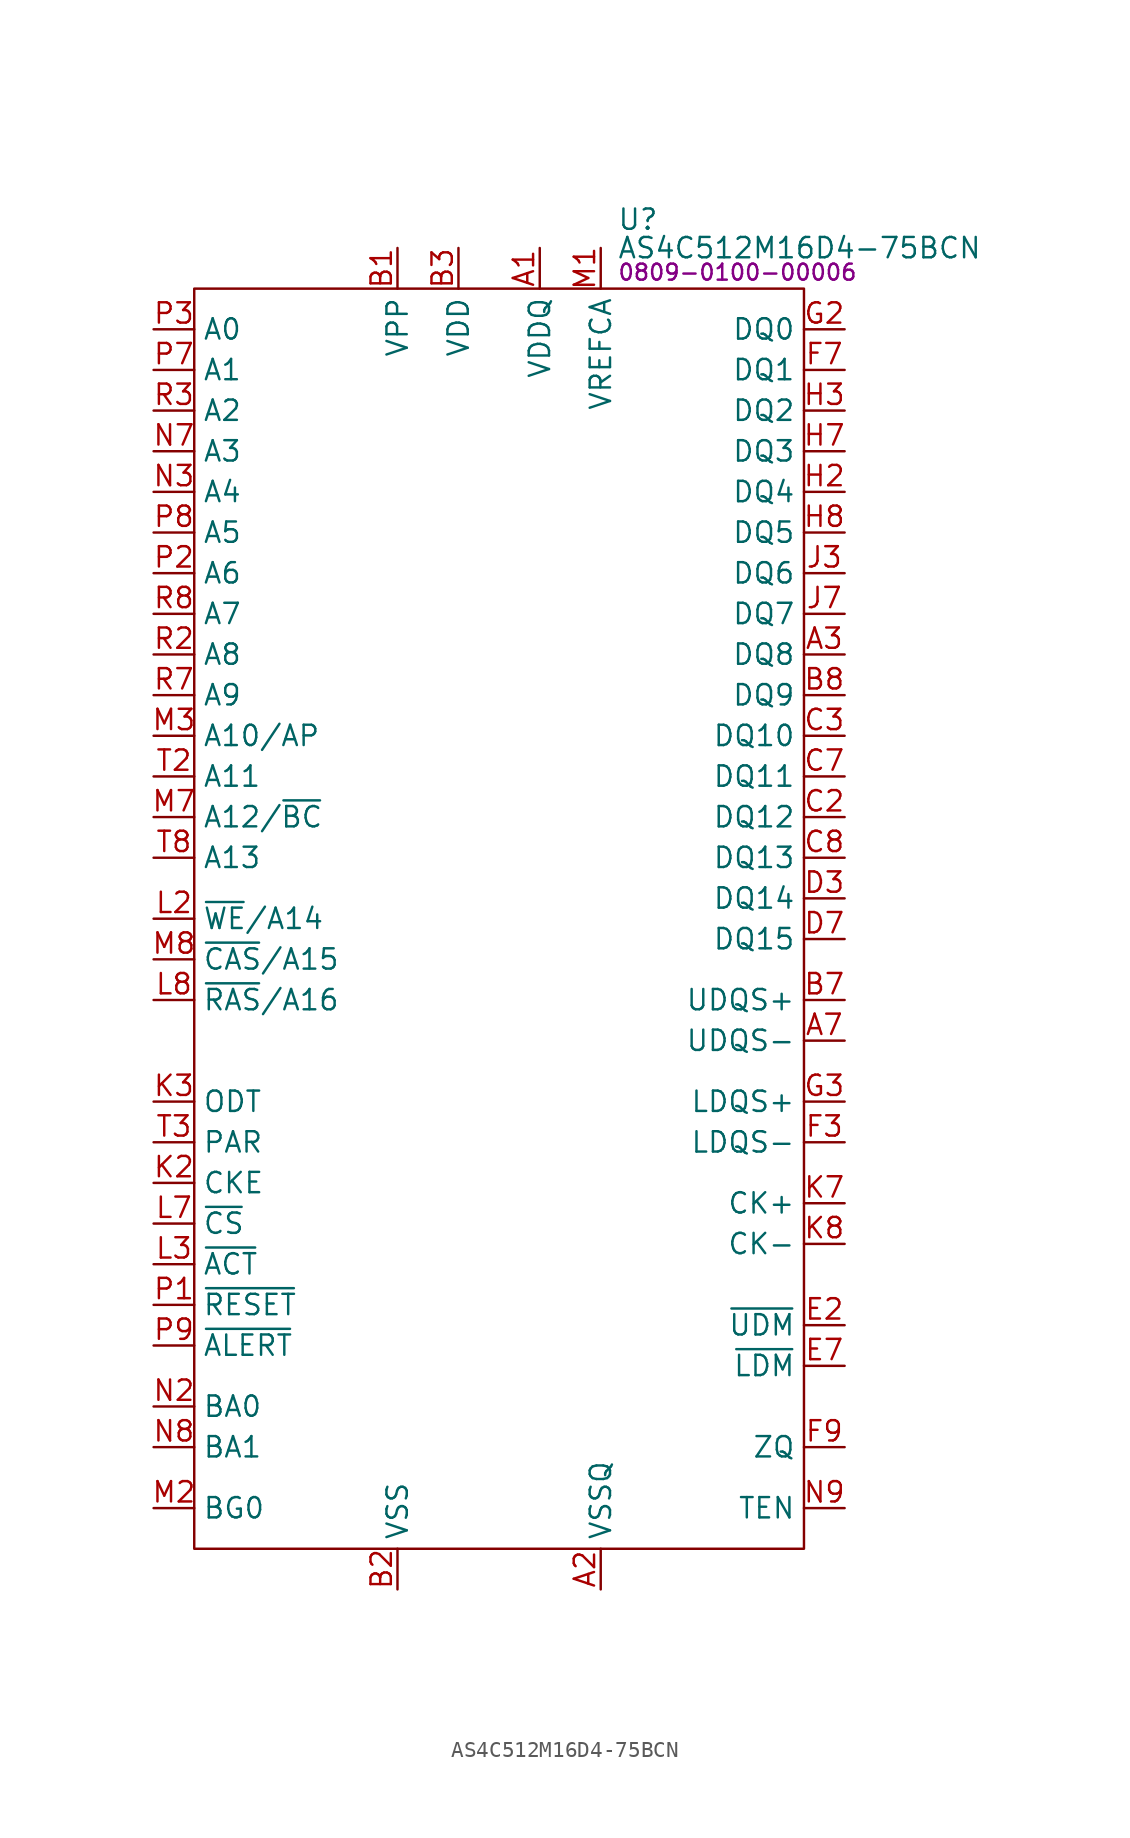
<source format=kicad_sym>
(kicad_symbol_lib
  (version 20231120)
  (generator "kicad_symbol_editor")
  (generator_version "8.0")
  (symbol "AS4C512M16D4-75BCN"
    (property "Reference" "U"
      (at 26.416 4.318 0)
      (effects (font (size 1.27 1.27)) (justify left)))
    (property "Value" "AS4C512M16D4-75BCN"
      (at 26.416 2.54 0)
      (effects (font (size 1.27 1.27)) (justify left)))
    (property "PartNumber" "0809-0100-00006"
      (at 26.416 1.016 0)
      (effects (font (size 1 1)) (justify left)))
    (symbol "AS4C512M16D4-75BCN_0_0"
      (pin unspecified line (at 21.59 2.54 270) (length 2.54) (name "VDDQ" (effects (font (size 1.27 1.27)))) (number "A1" (effects (font (size 1.27 1.27)))))
      (pin unspecified line (at 25.4 -81.28 90) (length 2.54) (name "VSSQ" (effects (font (size 1.27 1.27)))) (number "A2" (effects (font (size 1.27 1.27)))))
      (pin unspecified line (at 40.64 -22.86 180) (length 2.54) (name "DQ8" (effects (font (size 1.27 1.27)))) (number "A3" (effects (font (size 1.27 1.27)))))
      (pin unspecified line (at 40.64 -46.99 180) (length 2.54) (name "UDQS-" (effects (font (size 1.27 1.27)))) (number "A7" (effects (font (size 1.27 1.27)))))
      (pin unspecified line (at 25.4 -81.28 90) (length 2.54) hide (name "VSSQ" (effects (font (size 1.27 1.27)))) (number "A8" (effects (font (size 1.27 1.27)))))
      (pin unspecified line (at 21.59 2.54 270) (length 2.54) hide (name "VDDQ" (effects (font (size 1.27 1.27)))) (number "A9" (effects (font (size 1.27 1.27)))))
      (pin unspecified line (at 12.7 2.54 270) (length 2.54) (name "VPP" (effects (font (size 1.27 1.27)))) (number "B1" (effects (font (size 1.27 1.27)))))
      (pin unspecified line (at 12.7 -81.28 90) (length 2.54) (name "VSS" (effects (font (size 1.27 1.27)))) (number "B2" (effects (font (size 1.27 1.27)))))
      (pin unspecified line (at 16.51 2.54 270) (length 2.54) (name "VDD" (effects (font (size 1.27 1.27)))) (number "B3" (effects (font (size 1.27 1.27)))))
      (pin unspecified line (at 40.64 -44.45 180) (length 2.54) (name "UDQS+" (effects (font (size 1.27 1.27)))) (number "B7" (effects (font (size 1.27 1.27)))))
      (pin unspecified line (at 40.64 -25.4 180) (length 2.54) (name "DQ9" (effects (font (size 1.27 1.27)))) (number "B8" (effects (font (size 1.27 1.27)))))
      (pin unspecified line (at 16.51 2.54 270) (length 2.54) hide (name "VDD" (effects (font (size 1.27 1.27)))) (number "B9" (effects (font (size 1.27 1.27)))))
      (pin unspecified line (at 21.59 2.54 270) (length 2.54) hide (name "VDDQ" (effects (font (size 1.27 1.27)))) (number "C1" (effects (font (size 1.27 1.27)))))
      (pin unspecified line (at 40.64 -33.02 180) (length 2.54) (name "DQ12" (effects (font (size 1.27 1.27)))) (number "C2" (effects (font (size 1.27 1.27)))))
      (pin unspecified line (at 40.64 -27.94 180) (length 2.54) (name "DQ10" (effects (font (size 1.27 1.27)))) (number "C3" (effects (font (size 1.27 1.27)))))
      (pin unspecified line (at 40.64 -30.48 180) (length 2.54) (name "DQ11" (effects (font (size 1.27 1.27)))) (number "C7" (effects (font (size 1.27 1.27)))))
      (pin unspecified line (at 40.64 -35.56 180) (length 2.54) (name "DQ13" (effects (font (size 1.27 1.27)))) (number "C8" (effects (font (size 1.27 1.27)))))
      (pin unspecified line (at 25.4 -81.28 90) (length 2.54) hide (name "VSSQ" (effects (font (size 1.27 1.27)))) (number "C9" (effects (font (size 1.27 1.27)))))
      (pin unspecified line (at 16.51 2.54 270) (length 2.54) hide (name "VDD" (effects (font (size 1.27 1.27)))) (number "D1" (effects (font (size 1.27 1.27)))))
      (pin unspecified line (at 25.4 -81.28 90) (length 2.54) hide (name "VSSQ" (effects (font (size 1.27 1.27)))) (number "D2" (effects (font (size 1.27 1.27)))))
      (pin unspecified line (at 40.64 -38.1 180) (length 2.54) (name "DQ14" (effects (font (size 1.27 1.27)))) (number "D3" (effects (font (size 1.27 1.27)))))
      (pin unspecified line (at 40.64 -40.64 180) (length 2.54) (name "DQ15" (effects (font (size 1.27 1.27)))) (number "D7" (effects (font (size 1.27 1.27)))))
      (pin unspecified line (at 25.4 -81.28 90) (length 2.54) hide (name "VSSQ" (effects (font (size 1.27 1.27)))) (number "D8" (effects (font (size 1.27 1.27)))))
      (pin unspecified line (at 21.59 2.54 270) (length 2.54) hide (name "VDDQ" (effects (font (size 1.27 1.27)))) (number "D9" (effects (font (size 1.27 1.27)))))
      (pin unspecified line (at 12.7 -81.28 90) (length 2.54) hide (name "VSS" (effects (font (size 1.27 1.27)))) (number "E1" (effects (font (size 1.27 1.27)))))
      (pin unspecified line (at 40.64 -64.77 180) (length 2.54) (name "~{UDM}" (effects (font (size 1.27 1.27)))) (number "E2" (effects (font (size 1.27 1.27)))) (alternate "NF" unspecified line) (alternate "~{UDBI}" unspecified line))
      (pin unspecified line (at 25.4 -81.28 90) (length 2.54) hide (name "VSSQ" (effects (font (size 1.27 1.27)))) (number "E3" (effects (font (size 1.27 1.27)))))
      (pin unspecified line (at 40.64 -67.31 180) (length 2.54) (name "~{LDM}" (effects (font (size 1.27 1.27)))) (number "E7" (effects (font (size 1.27 1.27)))) (alternate "NF" unspecified line) (alternate "~{LDBI}" unspecified line))
      (pin unspecified line (at 25.4 -81.28 90) (length 2.54) hide (name "VSSQ" (effects (font (size 1.27 1.27)))) (number "E8" (effects (font (size 1.27 1.27)))))
      (pin unspecified line (at 12.7 -81.28 90) (length 2.54) hide (name "VSS" (effects (font (size 1.27 1.27)))) (number "E9" (effects (font (size 1.27 1.27)))))
      (pin unspecified line (at 25.4 -81.28 90) (length 2.54) hide (name "VSSQ" (effects (font (size 1.27 1.27)))) (number "F1" (effects (font (size 1.27 1.27)))))
      (pin unspecified line (at 21.59 2.54 270) (length 2.54) hide (name "VDDQ" (effects (font (size 1.27 1.27)))) (number "F2" (effects (font (size 1.27 1.27)))))
      (pin unspecified line (at 40.64 -53.34 180) (length 2.54) (name "LDQS-" (effects (font (size 1.27 1.27)))) (number "F3" (effects (font (size 1.27 1.27)))))
      (pin unspecified line (at 40.64 -5.08 180) (length 2.54) (name "DQ1" (effects (font (size 1.27 1.27)))) (number "F7" (effects (font (size 1.27 1.27)))))
      (pin unspecified line (at 21.59 2.54 270) (length 2.54) hide (name "VDDQ" (effects (font (size 1.27 1.27)))) (number "F8" (effects (font (size 1.27 1.27)))))
      (pin unspecified line (at 40.64 -72.39 180) (length 2.54) (name "ZQ" (effects (font (size 1.27 1.27)))) (number "F9" (effects (font (size 1.27 1.27)))))
      (pin unspecified line (at 21.59 2.54 270) (length 2.54) hide (name "VDDQ" (effects (font (size 1.27 1.27)))) (number "G1" (effects (font (size 1.27 1.27)))))
      (pin unspecified line (at 40.64 -2.54 180) (length 2.54) (name "DQ0" (effects (font (size 1.27 1.27)))) (number "G2" (effects (font (size 1.27 1.27)))))
      (pin unspecified line (at 40.64 -50.8 180) (length 2.54) (name "LDQS+" (effects (font (size 1.27 1.27)))) (number "G3" (effects (font (size 1.27 1.27)))))
      (pin unspecified line (at 16.51 2.54 270) (length 2.54) hide (name "VDD" (effects (font (size 1.27 1.27)))) (number "G7" (effects (font (size 1.27 1.27)))))
      (pin unspecified line (at 12.7 -81.28 90) (length 2.54) hide (name "VSS" (effects (font (size 1.27 1.27)))) (number "G8" (effects (font (size 1.27 1.27)))))
      (pin unspecified line (at 21.59 2.54 270) (length 2.54) hide (name "VDDQ" (effects (font (size 1.27 1.27)))) (number "G9" (effects (font (size 1.27 1.27)))))
      (pin unspecified line (at 25.4 -81.28 90) (length 2.54) hide (name "VSSQ" (effects (font (size 1.27 1.27)))) (number "H1" (effects (font (size 1.27 1.27)))))
      (pin unspecified line (at 40.64 -12.7 180) (length 2.54) (name "DQ4" (effects (font (size 1.27 1.27)))) (number "H2" (effects (font (size 1.27 1.27)))))
      (pin unspecified line (at 40.64 -7.62 180) (length 2.54) (name "DQ2" (effects (font (size 1.27 1.27)))) (number "H3" (effects (font (size 1.27 1.27)))))
      (pin unspecified line (at 40.64 -10.16 180) (length 2.54) (name "DQ3" (effects (font (size 1.27 1.27)))) (number "H7" (effects (font (size 1.27 1.27)))))
      (pin unspecified line (at 40.64 -15.24 180) (length 2.54) (name "DQ5" (effects (font (size 1.27 1.27)))) (number "H8" (effects (font (size 1.27 1.27)))))
      (pin unspecified line (at 25.4 -81.28 90) (length 2.54) hide (name "VSSQ" (effects (font (size 1.27 1.27)))) (number "H9" (effects (font (size 1.27 1.27)))))
      (pin unspecified line (at 16.51 2.54 270) (length 2.54) hide (name "VDD" (effects (font (size 1.27 1.27)))) (number "J1" (effects (font (size 1.27 1.27)))))
      (pin unspecified line (at 21.59 2.54 270) (length 2.54) hide (name "VDDQ" (effects (font (size 1.27 1.27)))) (number "J2" (effects (font (size 1.27 1.27)))))
      (pin unspecified line (at 40.64 -17.78 180) (length 2.54) (name "DQ6" (effects (font (size 1.27 1.27)))) (number "J3" (effects (font (size 1.27 1.27)))))
      (pin unspecified line (at 40.64 -20.32 180) (length 2.54) (name "DQ7" (effects (font (size 1.27 1.27)))) (number "J7" (effects (font (size 1.27 1.27)))))
      (pin unspecified line (at 21.59 2.54 270) (length 2.54) hide (name "VDDQ" (effects (font (size 1.27 1.27)))) (number "J8" (effects (font (size 1.27 1.27)))))
      (pin unspecified line (at 16.51 2.54 270) (length 2.54) hide (name "VDD" (effects (font (size 1.27 1.27)))) (number "J9" (effects (font (size 1.27 1.27)))))
      (pin unspecified line (at 12.7 -81.28 90) (length 2.54) hide (name "VSS" (effects (font (size 1.27 1.27)))) (number "K1" (effects (font (size 1.27 1.27)))))
      (pin unspecified line (at -2.54 -55.88 0) (length 2.54) (name "CKE" (effects (font (size 1.27 1.27)))) (number "K2" (effects (font (size 1.27 1.27)))))
      (pin unspecified line (at -2.54 -50.8 0) (length 2.54) (name "ODT" (effects (font (size 1.27 1.27)))) (number "K3" (effects (font (size 1.27 1.27)))))
      (pin unspecified line (at 40.64 -57.15 180) (length 2.54) (name "CK+" (effects (font (size 1.27 1.27)))) (number "K7" (effects (font (size 1.27 1.27)))))
      (pin unspecified line (at 40.64 -59.69 180) (length 2.54) (name "CK-" (effects (font (size 1.27 1.27)))) (number "K8" (effects (font (size 1.27 1.27)))))
      (pin unspecified line (at 12.7 -81.28 90) (length 2.54) hide (name "VSS" (effects (font (size 1.27 1.27)))) (number "K9" (effects (font (size 1.27 1.27)))))
      (pin unspecified line (at 16.51 2.54 270) (length 2.54) hide (name "VDD" (effects (font (size 1.27 1.27)))) (number "L1" (effects (font (size 1.27 1.27)))))
      (pin unspecified line (at -2.54 -39.37 0) (length 2.54) (name "~{WE}/A14" (effects (font (size 1.27 1.27)))) (number "L2" (effects (font (size 1.27 1.27)))))
      (pin unspecified line (at -2.54 -60.96 0) (length 2.54) (name "~{ACT}" (effects (font (size 1.27 1.27)))) (number "L3" (effects (font (size 1.27 1.27)))))
      (pin unspecified line (at -2.54 -58.42 0) (length 2.54) (name "~{CS}" (effects (font (size 1.27 1.27)))) (number "L7" (effects (font (size 1.27 1.27)))))
      (pin unspecified line (at -2.54 -44.45 0) (length 2.54) (name "~{RAS}/A16" (effects (font (size 1.27 1.27)))) (number "L8" (effects (font (size 1.27 1.27)))))
      (pin unspecified line (at 16.51 2.54 270) (length 2.54) hide (name "VDD" (effects (font (size 1.27 1.27)))) (number "L9" (effects (font (size 1.27 1.27)))))
      (pin unspecified line (at 25.4 2.54 270) (length 2.54) (name "VREFCA" (effects (font (size 1.27 1.27)))) (number "M1" (effects (font (size 1.27 1.27)))))
      (pin unspecified line (at -2.54 -76.2 0) (length 2.54) (name "BG0" (effects (font (size 1.27 1.27)))) (number "M2" (effects (font (size 1.27 1.27)))))
      (pin unspecified line (at -2.54 -27.94 0) (length 2.54) (name "A10/AP" (effects (font (size 1.27 1.27)))) (number "M3" (effects (font (size 1.27 1.27)))))
      (pin unspecified line (at -2.54 -33.02 0) (length 2.54) (name "A12/~{BC}" (effects (font (size 1.27 1.27)))) (number "M7" (effects (font (size 1.27 1.27)))))
      (pin unspecified line (at -2.54 -41.91 0) (length 2.54) (name "~{CAS}/A15" (effects (font (size 1.27 1.27)))) (number "M8" (effects (font (size 1.27 1.27)))))
      (pin unspecified line (at 12.7 -81.28 90) (length 2.54) hide (name "VSS" (effects (font (size 1.27 1.27)))) (number "M9" (effects (font (size 1.27 1.27)))))
      (pin unspecified line (at 12.7 -81.28 90) (length 2.54) hide (name "VSS" (effects (font (size 1.27 1.27)))) (number "N1" (effects (font (size 1.27 1.27)))))
      (pin unspecified line (at -2.54 -69.85 0) (length 2.54) (name "BA0" (effects (font (size 1.27 1.27)))) (number "N2" (effects (font (size 1.27 1.27)))))
      (pin unspecified line (at -2.54 -12.7 0) (length 2.54) (name "A4" (effects (font (size 1.27 1.27)))) (number "N3" (effects (font (size 1.27 1.27)))))
      (pin unspecified line (at -2.54 -10.16 0) (length 2.54) (name "A3" (effects (font (size 1.27 1.27)))) (number "N7" (effects (font (size 1.27 1.27)))))
      (pin unspecified line (at -2.54 -72.39 0) (length 2.54) (name "BA1" (effects (font (size 1.27 1.27)))) (number "N8" (effects (font (size 1.27 1.27)))))
      (pin unspecified line (at 40.64 -76.2 180) (length 2.54) (name "TEN" (effects (font (size 1.27 1.27)))) (number "N9" (effects (font (size 1.27 1.27)))))
      (pin unspecified line (at -2.54 -63.5 0) (length 2.54) (name "~{RESET}" (effects (font (size 1.27 1.27)))) (number "P1" (effects (font (size 1.27 1.27)))))
      (pin unspecified line (at -2.54 -17.78 0) (length 2.54) (name "A6" (effects (font (size 1.27 1.27)))) (number "P2" (effects (font (size 1.27 1.27)))))
      (pin unspecified line (at -2.54 -2.54 0) (length 2.54) (name "A0" (effects (font (size 1.27 1.27)))) (number "P3" (effects (font (size 1.27 1.27)))))
      (pin unspecified line (at -2.54 -5.08 0) (length 2.54) (name "A1" (effects (font (size 1.27 1.27)))) (number "P7" (effects (font (size 1.27 1.27)))))
      (pin unspecified line (at -2.54 -15.24 0) (length 2.54) (name "A5" (effects (font (size 1.27 1.27)))) (number "P8" (effects (font (size 1.27 1.27)))))
      (pin unspecified line (at -2.54 -66.04 0) (length 2.54) (name "~{ALERT}" (effects (font (size 1.27 1.27)))) (number "P9" (effects (font (size 1.27 1.27)))))
      (pin unspecified line (at 16.51 2.54 270) (length 2.54) hide (name "VDD" (effects (font (size 1.27 1.27)))) (number "R1" (effects (font (size 1.27 1.27)))))
      (pin unspecified line (at -2.54 -22.86 0) (length 2.54) (name "A8" (effects (font (size 1.27 1.27)))) (number "R2" (effects (font (size 1.27 1.27)))))
      (pin unspecified line (at -2.54 -7.62 0) (length 2.54) (name "A2" (effects (font (size 1.27 1.27)))) (number "R3" (effects (font (size 1.27 1.27)))))
      (pin unspecified line (at -2.54 -25.4 0) (length 2.54) (name "A9" (effects (font (size 1.27 1.27)))) (number "R7" (effects (font (size 1.27 1.27)))))
      (pin unspecified line (at -2.54 -20.32 0) (length 2.54) (name "A7" (effects (font (size 1.27 1.27)))) (number "R8" (effects (font (size 1.27 1.27)))))
      (pin unspecified line (at 12.7 2.54 270) (length 2.54) hide (name "VPP" (effects (font (size 1.27 1.27)))) (number "R9" (effects (font (size 1.27 1.27)))))
      (pin unspecified line (at 12.7 -81.28 90) (length 2.54) hide (name "VSS" (effects (font (size 1.27 1.27)))) (number "T1" (effects (font (size 1.27 1.27)))))
      (pin unspecified line (at -2.54 -30.48 0) (length 2.54) (name "A11" (effects (font (size 1.27 1.27)))) (number "T2" (effects (font (size 1.27 1.27)))))
      (pin unspecified line (at -2.54 -53.34 0) (length 2.54) (name "PAR" (effects (font (size 1.27 1.27)))) (number "T3" (effects (font (size 1.27 1.27)))))
      (pin unspecified line (at 6.35 -13.97 270) (length 2.54) hide (name "NC" (effects (font (size 1.27 1.27)))) (number "T7" (effects (font (size 1.27 1.27)))))
      (pin unspecified line (at -2.54 -35.56 0) (length 2.54) (name "A13" (effects (font (size 1.27 1.27)))) (number "T8" (effects (font (size 1.27 1.27)))))
      (pin unspecified line (at 16.51 2.54 270) (length 2.54) hide (name "VDD" (effects (font (size 1.27 1.27)))) (number "T9" (effects (font (size 1.27 1.27))))))
    (symbol "AS4C512M16D4-75BCN_0_1"
      (rectangle (start 0 0) (end 38.1 -78.74) (stroke (width 0) (type default)) (fill (type none))))))
</source>
